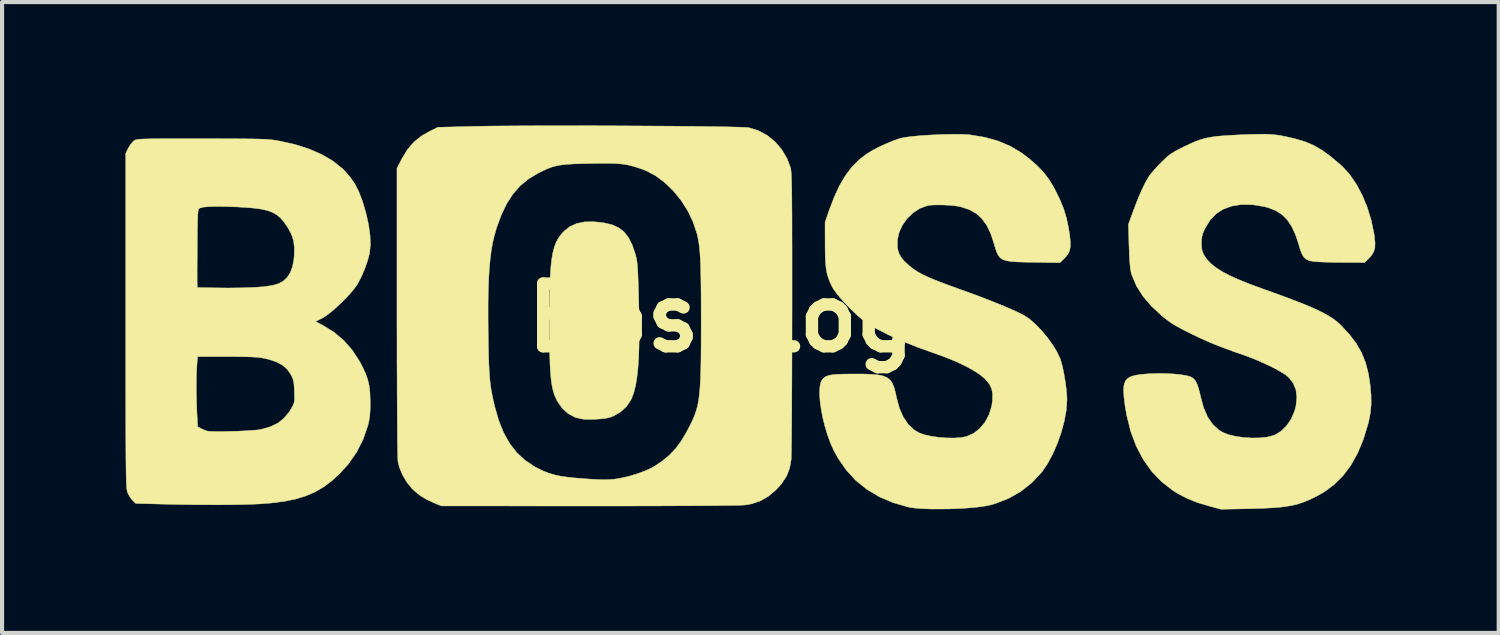
<source format=kicad_pcb>
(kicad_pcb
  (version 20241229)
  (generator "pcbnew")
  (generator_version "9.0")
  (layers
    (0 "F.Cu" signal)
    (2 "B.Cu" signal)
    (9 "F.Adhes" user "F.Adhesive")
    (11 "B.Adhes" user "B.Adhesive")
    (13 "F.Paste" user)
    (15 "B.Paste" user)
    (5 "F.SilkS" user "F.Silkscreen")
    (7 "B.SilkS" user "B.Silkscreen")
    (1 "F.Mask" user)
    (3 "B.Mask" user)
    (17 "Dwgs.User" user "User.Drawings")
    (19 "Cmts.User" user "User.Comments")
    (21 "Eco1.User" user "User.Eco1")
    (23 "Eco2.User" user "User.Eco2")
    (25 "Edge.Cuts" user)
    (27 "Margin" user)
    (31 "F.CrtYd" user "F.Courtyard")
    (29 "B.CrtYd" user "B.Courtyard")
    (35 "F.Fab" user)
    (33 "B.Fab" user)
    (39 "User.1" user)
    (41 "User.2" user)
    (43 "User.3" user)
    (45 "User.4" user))
  (footprint "BossLogo"
    (layer "F.Cu")
    (at 15.156 4.675)
    (property "Reference" "BossLogo" (at 0 0 0) (layer "F.SilkS") (effects (font (size 1.524 1.524) (thickness 0.3))))
    (attr through_hole)
    (fp_poly (pts (xy -3.531 -2.31) (xy -3.335 -2.264) (xy -3.174 -2.193) (xy -3.043 -2.092) (xy -2.935 -1.955) (xy -2.846 -1.779) (xy -2.78 -1.587) (xy -2.762 -1.525) (xy -2.747 -1.467) (xy -2.735 -1.408) (xy -2.725 -1.341) (xy -2.717 -1.259) (xy -2.71 -1.158) (xy -2.704 -1.029) (xy -2.698 -0.868) (xy -2.692 -0.668) (xy -2.686 -0.457) (xy -2.677 -0.029) (xy -2.674 0.353) (xy -2.678 0.69) (xy -2.688 0.985) (xy -2.706 1.242) (xy -2.731 1.463) (xy -2.764 1.653) (xy -2.804 1.812) (xy -2.853 1.946) (xy -2.875 1.992) (xy -2.982 2.152) (xy -3.127 2.285) (xy -3.301 2.385) (xy -3.39 2.418) (xy -3.48 2.438) (xy -3.604 2.453) (xy -3.744 2.463) (xy -3.884 2.467) (xy -4.006 2.464) (xy -4.028 2.462) (xy -4.221 2.419) (xy -4.393 2.331) (xy -4.54 2.2) (xy -4.66 2.029) (xy -4.681 1.99) (xy -4.719 1.907) (xy -4.751 1.817) (xy -4.778 1.717) (xy -4.8 1.601) (xy -4.817 1.466) (xy -4.831 1.305) (xy -4.841 1.115) (xy -4.848 0.891) (xy -4.852 0.628) (xy -4.854 0.321) (xy -4.854 0.127) (xy -4.853 -0.238) (xy -4.849 -0.557) (xy -4.843 -0.833) (xy -4.832 -1.07) (xy -4.817 -1.273) (xy -4.796 -1.446) (xy -4.77 -1.593) (xy -4.737 -1.717) (xy -4.698 -1.824) (xy -4.65 -1.917) (xy -4.594 -2) (xy -4.529 -2.077) (xy -4.501 -2.106) (xy -4.361 -2.218) (xy -4.195 -2.293) (xy -4 -2.333) (xy -3.772 -2.337) (xy -3.531 -2.31)) (stroke (width 0.01) (type solid)) (fill yes) (layer "F.SilkS"))
    (fp_poly (pts (xy 12.672 -4.459) (xy 12.8 -4.447) (xy 12.928 -4.428) (xy 13.064 -4.4) (xy 13.219 -4.364) (xy 13.307 -4.342) (xy 13.516 -4.278) (xy 13.714 -4.193) (xy 13.909 -4.081) (xy 14.11 -3.937) (xy 14.326 -3.757) (xy 14.406 -3.686) (xy 14.586 -3.491) (xy 14.75 -3.254) (xy 14.895 -2.983) (xy 15.018 -2.685) (xy 15.115 -2.367) (xy 15.183 -2.037) (xy 15.192 -1.974) (xy 15.207 -1.819) (xy 15.202 -1.699) (xy 15.172 -1.601) (xy 15.116 -1.513) (xy 15.059 -1.451) (xy 14.955 -1.346) (xy 14.443 -1.348) (xy 14.272 -1.349) (xy 14.105 -1.352) (xy 13.954 -1.357) (xy 13.829 -1.362) (xy 13.745 -1.368) (xy 13.628 -1.386) (xy 13.542 -1.419) (xy 13.477 -1.475) (xy 13.426 -1.562) (xy 13.38 -1.689) (xy 13.362 -1.754) (xy 13.28 -2.007) (xy 13.185 -2.215) (xy 13.075 -2.382) (xy 12.944 -2.512) (xy 12.789 -2.61) (xy 12.606 -2.681) (xy 12.516 -2.704) (xy 12.23 -2.751) (xy 11.97 -2.756) (xy 11.733 -2.72) (xy 11.517 -2.642) (xy 11.514 -2.64) (xy 11.346 -2.532) (xy 11.203 -2.383) (xy 11.083 -2.19) (xy 11.068 -2.161) (xy 11.023 -2.056) (xy 10.998 -1.968) (xy 10.989 -1.869) (xy 10.989 -1.813) (xy 10.993 -1.702) (xy 11.009 -1.621) (xy 11.04 -1.548) (xy 11.057 -1.516) (xy 11.13 -1.412) (xy 11.225 -1.314) (xy 11.346 -1.218) (xy 11.498 -1.122) (xy 11.683 -1.025) (xy 11.906 -0.925) (xy 12.171 -0.819) (xy 12.481 -0.704) (xy 12.522 -0.69) (xy 12.86 -0.569) (xy 13.154 -0.46) (xy 13.406 -0.362) (xy 13.623 -0.274) (xy 13.806 -0.192) (xy 13.962 -0.115) (xy 14.092 -0.041) (xy 14.203 0.031) (xy 14.297 0.104) (xy 14.369 0.17) (xy 14.58 0.396) (xy 14.748 0.617) (xy 14.878 0.842) (xy 14.975 1.084) (xy 15.045 1.351) (xy 15.087 1.625) (xy 15.11 1.877) (xy 15.112 2.1) (xy 15.092 2.309) (xy 15.051 2.522) (xy 15.039 2.57) (xy 14.923 2.95) (xy 14.784 3.286) (xy 14.62 3.58) (xy 14.428 3.835) (xy 14.209 4.053) (xy 13.959 4.236) (xy 13.774 4.34) (xy 13.629 4.41) (xy 13.493 4.467) (xy 13.358 4.514) (xy 13.217 4.551) (xy 13.063 4.579) (xy 12.889 4.601) (xy 12.687 4.616) (xy 12.45 4.627) (xy 12.172 4.635) (xy 12.103 4.637) (xy 11.468 4.65) (xy 11.189 4.576) (xy 10.903 4.491) (xy 10.655 4.393) (xy 10.429 4.277) (xy 10.287 4.188) (xy 10.015 3.976) (xy 9.777 3.727) (xy 9.574 3.44) (xy 9.404 3.118) (xy 9.27 2.76) (xy 9.172 2.367) (xy 9.132 2.133) (xy 9.106 1.924) (xy 9.096 1.759) (xy 9.106 1.632) (xy 9.138 1.537) (xy 9.196 1.469) (xy 9.281 1.422) (xy 9.398 1.391) (xy 9.546 1.37) (xy 9.742 1.355) (xy 9.947 1.35) (xy 10.151 1.353) (xy 10.343 1.364) (xy 10.513 1.383) (xy 10.652 1.408) (xy 10.732 1.434) (xy 10.793 1.471) (xy 10.844 1.532) (xy 10.888 1.623) (xy 10.929 1.75) (xy 10.97 1.922) (xy 10.972 1.93) (xy 11.044 2.192) (xy 11.14 2.41) (xy 11.26 2.585) (xy 11.406 2.72) (xy 11.509 2.782) (xy 11.651 2.838) (xy 11.827 2.879) (xy 12.023 2.906) (xy 12.226 2.918) (xy 12.423 2.914) (xy 12.6 2.893) (xy 12.746 2.855) (xy 12.769 2.846) (xy 12.921 2.754) (xy 13.056 2.622) (xy 13.168 2.458) (xy 13.25 2.271) (xy 13.285 2.138) (xy 13.306 1.929) (xy 13.283 1.743) (xy 13.215 1.58) (xy 13.104 1.442) (xy 13.035 1.385) (xy 12.916 1.309) (xy 12.761 1.223) (xy 12.579 1.134) (xy 12.384 1.046) (xy 12.185 0.965) (xy 12.026 0.906) (xy 11.759 0.813) (xy 11.529 0.729) (xy 11.324 0.649) (xy 11.133 0.569) (xy 10.944 0.484) (xy 10.745 0.388) (xy 10.706 0.369) (xy 10.534 0.283) (xy 10.397 0.209) (xy 10.283 0.141) (xy 10.182 0.072) (xy 10.082 -0.005) (xy 10.029 -0.049) (xy 9.773 -0.286) (xy 9.566 -0.528) (xy 9.409 -0.777) (xy 9.3 -1.033) (xy 9.28 -1.098) (xy 9.263 -1.188) (xy 9.249 -1.327) (xy 9.237 -1.513) (xy 9.229 -1.744) (xy 9.228 -1.753) (xy 9.214 -2.273) (xy 9.334 -2.603) (xy 9.433 -2.862) (xy 9.529 -3.09) (xy 9.621 -3.28) (xy 9.706 -3.428) (xy 9.723 -3.453) (xy 9.772 -3.517) (xy 9.848 -3.604) (xy 9.937 -3.702) (xy 10.012 -3.779) (xy 10.103 -3.868) (xy 10.18 -3.937) (xy 10.258 -3.994) (xy 10.348 -4.049) (xy 10.463 -4.11) (xy 10.554 -4.155) (xy 10.702 -4.226) (xy 10.833 -4.284) (xy 10.956 -4.329) (xy 11.079 -4.364) (xy 11.21 -4.391) (xy 11.359 -4.412) (xy 11.534 -4.427) (xy 11.745 -4.44) (xy 11.946 -4.45) (xy 12.178 -4.459) (xy 12.371 -4.464) (xy 12.532 -4.465) (xy 12.672 -4.459)) (stroke (width 0.01) (type solid)) (fill yes) (layer "F.SilkS"))
    (fp_poly (pts (xy 5.143 -4.461) (xy 5.295 -4.455) (xy 5.369 -4.448) (xy 5.726 -4.389) (xy 6.047 -4.299) (xy 6.34 -4.175) (xy 6.611 -4.015) (xy 6.814 -3.86) (xy 6.998 -3.698) (xy 7.147 -3.542) (xy 7.273 -3.38) (xy 7.386 -3.198) (xy 7.437 -3.103) (xy 7.552 -2.868) (xy 7.64 -2.653) (xy 7.705 -2.438) (xy 7.756 -2.204) (xy 7.784 -2.029) (xy 7.802 -1.863) (xy 7.803 -1.734) (xy 7.784 -1.632) (xy 7.741 -1.545) (xy 7.674 -1.464) (xy 7.66 -1.45) (xy 7.55 -1.342) (xy 6.918 -1.351) (xy 6.689 -1.355) (xy 6.504 -1.361) (xy 6.359 -1.372) (xy 6.247 -1.39) (xy 6.162 -1.418) (xy 6.1 -1.459) (xy 6.053 -1.516) (xy 6.016 -1.59) (xy 5.983 -1.686) (xy 5.951 -1.798) (xy 5.869 -2.046) (xy 5.771 -2.25) (xy 5.654 -2.412) (xy 5.515 -2.538) (xy 5.348 -2.631) (xy 5.151 -2.696) (xy 5.096 -2.709) (xy 4.987 -2.726) (xy 4.852 -2.738) (xy 4.706 -2.745) (xy 4.562 -2.746) (xy 4.436 -2.742) (xy 4.343 -2.732) (xy 4.33 -2.729) (xy 4.146 -2.661) (xy 3.981 -2.554) (xy 3.838 -2.417) (xy 3.724 -2.256) (xy 3.642 -2.08) (xy 3.6 -1.895) (xy 3.601 -1.71) (xy 3.607 -1.675) (xy 3.637 -1.57) (xy 3.689 -1.474) (xy 3.77 -1.377) (xy 3.886 -1.27) (xy 3.927 -1.237) (xy 4.005 -1.177) (xy 4.092 -1.12) (xy 4.194 -1.064) (xy 4.315 -1.005) (xy 4.462 -0.942) (xy 4.64 -0.871) (xy 4.855 -0.79) (xy 5.112 -0.697) (xy 5.144 -0.686) (xy 5.465 -0.57) (xy 5.765 -0.456) (xy 6.04 -0.347) (xy 6.283 -0.246) (xy 6.489 -0.155) (xy 6.652 -0.076) (xy 6.667 -0.068) (xy 6.804 0.022) (xy 6.95 0.149) (xy 7.1 0.303) (xy 7.243 0.474) (xy 7.372 0.652) (xy 7.479 0.827) (xy 7.555 0.99) (xy 7.568 1.025) (xy 7.608 1.171) (xy 7.646 1.35) (xy 7.679 1.545) (xy 7.704 1.738) (xy 7.719 1.913) (xy 7.721 2.003) (xy 7.704 2.241) (xy 7.656 2.503) (xy 7.583 2.776) (xy 7.488 3.048) (xy 7.375 3.308) (xy 7.249 3.542) (xy 7.115 3.739) (xy 7.099 3.759) (xy 6.862 4.009) (xy 6.596 4.219) (xy 6.3 4.387) (xy 5.977 4.512) (xy 5.853 4.547) (xy 5.713 4.575) (xy 5.535 4.599) (xy 5.327 4.618) (xy 5.101 4.632) (xy 4.865 4.641) (xy 4.63 4.644) (xy 4.405 4.643) (xy 4.2 4.635) (xy 4.024 4.621) (xy 3.888 4.601) (xy 3.873 4.598) (xy 3.5 4.491) (xy 3.162 4.348) (xy 2.859 4.167) (xy 2.59 3.95) (xy 2.355 3.695) (xy 2.154 3.403) (xy 2.059 3.23) (xy 1.976 3.046) (xy 1.903 2.845) (xy 1.839 2.635) (xy 1.786 2.421) (xy 1.747 2.212) (xy 1.72 2.015) (xy 1.709 1.838) (xy 1.715 1.687) (xy 1.738 1.569) (xy 1.769 1.506) (xy 1.808 1.461) (xy 1.855 1.427) (xy 1.918 1.402) (xy 2.003 1.384) (xy 2.117 1.372) (xy 2.266 1.366) (xy 2.457 1.363) (xy 2.527 1.363) (xy 2.771 1.363) (xy 2.97 1.37) (xy 3.129 1.384) (xy 3.253 1.409) (xy 3.349 1.449) (xy 3.421 1.506) (xy 3.475 1.583) (xy 3.517 1.684) (xy 3.552 1.81) (xy 3.58 1.942) (xy 3.648 2.192) (xy 3.743 2.408) (xy 3.862 2.585) (xy 4.005 2.72) (xy 4.121 2.79) (xy 4.249 2.837) (xy 4.414 2.874) (xy 4.6 2.901) (xy 4.794 2.916) (xy 4.982 2.919) (xy 5.149 2.907) (xy 5.277 2.882) (xy 5.451 2.805) (xy 5.603 2.686) (xy 5.731 2.532) (xy 5.828 2.349) (xy 5.891 2.144) (xy 5.91 2.007) (xy 5.914 1.848) (xy 5.89 1.72) (xy 5.835 1.607) (xy 5.742 1.495) (xy 5.715 1.468) (xy 5.6 1.374) (xy 5.442 1.272) (xy 5.249 1.167) (xy 5.029 1.063) (xy 4.788 0.964) (xy 4.554 0.878) (xy 4.121 0.724) (xy 3.731 0.569) (xy 3.385 0.413) (xy 3.085 0.258) (xy 2.855 0.119) (xy 2.741 0.035) (xy 2.612 -0.076) (xy 2.477 -0.204) (xy 2.343 -0.34) (xy 2.22 -0.477) (xy 2.116 -0.604) (xy 2.039 -0.714) (xy 2.011 -0.764) (xy 1.958 -0.878) (xy 1.918 -0.984) (xy 1.888 -1.091) (xy 1.867 -1.209) (xy 1.854 -1.346) (xy 1.846 -1.513) (xy 1.843 -1.718) (xy 1.843 -1.791) (xy 1.842 -2.324) (xy 1.937 -2.601) (xy 2.061 -2.928) (xy 2.191 -3.21) (xy 2.332 -3.451) (xy 2.486 -3.657) (xy 2.658 -3.833) (xy 2.85 -3.983) (xy 2.85 -3.983) (xy 2.976 -4.06) (xy 3.133 -4.143) (xy 3.304 -4.223) (xy 3.473 -4.295) (xy 3.625 -4.349) (xy 3.693 -4.369) (xy 3.803 -4.39) (xy 3.953 -4.409) (xy 4.134 -4.426) (xy 4.336 -4.44) (xy 4.547 -4.452) (xy 4.759 -4.459) (xy 4.961 -4.462) (xy 5.143 -4.461)) (stroke (width 0.01) (type solid)) (fill yes) (layer "F.SilkS"))
    (fp_poly (pts (xy -4.106 -4.669) (xy -3.739 -4.669) (xy -3.37 -4.668) (xy -3.001 -4.666) (xy -2.637 -4.664) (xy -2.282 -4.662) (xy -1.939 -4.66) (xy -1.612 -4.657) (xy -1.305 -4.654) (xy -1.022 -4.65) (xy -0.765 -4.646) (xy -0.54 -4.643) (xy -0.349 -4.638) (xy -0.197 -4.634) (xy -0.087 -4.629) (xy -0.023 -4.625) (xy -0.013 -4.623) (xy 0.22 -4.552) (xy 0.435 -4.437) (xy 0.626 -4.282) (xy 0.789 -4.092) (xy 0.919 -3.873) (xy 1 -3.659) (xy 1.006 -3.636) (xy 1.012 -3.605) (xy 1.016 -3.565) (xy 1.021 -3.513) (xy 1.024 -3.446) (xy 1.028 -3.361) (xy 1.03 -3.256) (xy 1.033 -3.129) (xy 1.035 -2.977) (xy 1.036 -2.796) (xy 1.038 -2.586) (xy 1.039 -2.342) (xy 1.039 -2.062) (xy 1.04 -1.744) (xy 1.04 -1.385) (xy 1.04 -0.983) (xy 1.04 -0.535) (xy 1.04 -0.141) (xy 1.039 0.273) (xy 1.039 0.676) (xy 1.038 1.064) (xy 1.037 1.434) (xy 1.035 1.784) (xy 1.034 2.109) (xy 1.032 2.406) (xy 1.03 2.673) (xy 1.028 2.906) (xy 1.026 3.103) (xy 1.024 3.258) (xy 1.021 3.371) (xy 1.019 3.437) (xy 1.018 3.447) (xy 0.98 3.658) (xy 0.905 3.847) (xy 0.788 4.026) (xy 0.661 4.167) (xy 0.473 4.329) (xy 0.276 4.444) (xy 0.062 4.518) (xy -0.115 4.547) (xy -0.17 4.55) (xy -0.273 4.553) (xy -0.422 4.556) (xy -0.614 4.558) (xy -0.846 4.561) (xy -1.116 4.563) (xy -1.421 4.565) (xy -1.758 4.566) (xy -2.126 4.568) (xy -2.52 4.569) (xy -2.94 4.57) (xy -3.381 4.57) (xy -3.842 4.57) (xy -3.912 4.57) (xy -7.48 4.569) (xy -7.647 4.501) (xy -7.838 4.413) (xy -7.994 4.318) (xy -8.132 4.207) (xy -8.193 4.148) (xy -8.317 3.997) (xy -8.423 3.819) (xy -8.5 3.633) (xy -8.535 3.493) (xy -8.538 3.445) (xy -8.542 3.348) (xy -8.545 3.204) (xy -8.548 3.015) (xy -8.55 2.782) (xy -8.552 2.506) (xy -8.554 2.191) (xy -8.556 1.838) (xy -8.557 1.448) (xy -8.559 1.022) (xy -8.559 0.564) (xy -8.56 0.075) (xy -8.56 0.02) (xy -6.346 0.02) (xy -6.343 0.362) (xy -6.339 0.655) (xy -6.334 0.903) (xy -6.327 1.115) (xy -6.318 1.297) (xy -6.307 1.456) (xy -6.292 1.599) (xy -6.273 1.732) (xy -6.249 1.864) (xy -6.221 2) (xy -6.186 2.148) (xy -6.185 2.153) (xy -6.087 2.494) (xy -5.967 2.792) (xy -5.823 3.049) (xy -5.652 3.27) (xy -5.452 3.456) (xy -5.22 3.612) (xy -5.016 3.715) (xy -4.867 3.774) (xy -4.716 3.818) (xy -4.549 3.852) (xy -4.351 3.877) (xy -4.26 3.886) (xy -4.018 3.906) (xy -3.818 3.92) (xy -3.654 3.929) (xy -3.517 3.931) (xy -3.4 3.928) (xy -3.295 3.92) (xy -3.194 3.906) (xy -3.146 3.898) (xy -2.939 3.852) (xy -2.732 3.791) (xy -2.54 3.721) (xy -2.376 3.647) (xy -2.314 3.612) (xy -2.114 3.479) (xy -1.943 3.338) (xy -1.793 3.18) (xy -1.655 2.994) (xy -1.523 2.772) (xy -1.447 2.629) (xy -1.395 2.524) (xy -1.35 2.423) (xy -1.312 2.325) (xy -1.279 2.222) (xy -1.251 2.112) (xy -1.229 1.991) (xy -1.211 1.852) (xy -1.197 1.694) (xy -1.186 1.51) (xy -1.178 1.297) (xy -1.173 1.05) (xy -1.17 0.765) (xy -1.169 0.438) (xy -1.168 0.084) (xy -1.169 -0.273) (xy -1.17 -0.583) (xy -1.173 -0.851) (xy -1.177 -1.081) (xy -1.182 -1.279) (xy -1.19 -1.447) (xy -1.199 -1.591) (xy -1.211 -1.716) (xy -1.225 -1.824) (xy -1.242 -1.922) (xy -1.262 -2.013) (xy -1.27 -2.048) (xy -1.363 -2.328) (xy -1.492 -2.599) (xy -1.653 -2.853) (xy -1.841 -3.084) (xy -2.049 -3.286) (xy -2.273 -3.453) (xy -2.507 -3.578) (xy -2.608 -3.617) (xy -2.738 -3.66) (xy -2.853 -3.693) (xy -2.962 -3.719) (xy -3.073 -3.737) (xy -3.195 -3.749) (xy -3.336 -3.755) (xy -3.506 -3.757) (xy -3.713 -3.755) (xy -3.855 -3.753) (xy -4.093 -3.748) (xy -4.288 -3.741) (xy -4.449 -3.73) (xy -4.583 -3.714) (xy -4.7 -3.692) (xy -4.807 -3.662) (xy -4.912 -3.622) (xy -5.024 -3.57) (xy -5.14 -3.512) (xy -5.369 -3.373) (xy -5.569 -3.207) (xy -5.743 -3.009) (xy -5.894 -2.775) (xy -6.026 -2.5) (xy -6.142 -2.182) (xy -6.19 -2.015) (xy -6.232 -1.84) (xy -6.266 -1.652) (xy -6.293 -1.445) (xy -6.315 -1.217) (xy -6.33 -0.961) (xy -6.341 -0.672) (xy -6.346 -0.347) (xy -6.346 0.02) (xy -8.56 0.02) (xy -8.56 -0.148) (xy -8.56 -3.637) (xy -8.44 -3.869) (xy -8.304 -4.093) (xy -8.147 -4.275) (xy -7.961 -4.424) (xy -7.788 -4.523) (xy -7.568 -4.632) (xy -6.673 -4.655) (xy -6.498 -4.658) (xy -6.287 -4.662) (xy -6.043 -4.664) (xy -5.771 -4.666) (xy -5.473 -4.668) (xy -5.154 -4.669) (xy -4.817 -4.67) (xy -4.467 -4.67) (xy -4.106 -4.669)) (stroke (width 0.01) (type solid)) (fill yes) (layer "F.SilkS"))
    (fp_poly (pts (xy -13.445 -4.355) (xy -13.301 -4.355) (xy -12.977 -4.355) (xy -12.698 -4.354) (xy -12.462 -4.353) (xy -12.263 -4.352) (xy -12.096 -4.35) (xy -11.958 -4.347) (xy -11.844 -4.344) (xy -11.749 -4.34) (xy -11.669 -4.334) (xy -11.6 -4.327) (xy -11.536 -4.319) (xy -11.474 -4.309) (xy -11.417 -4.299) (xy -11.039 -4.215) (xy -10.694 -4.105) (xy -10.385 -3.97) (xy -10.116 -3.812) (xy -9.89 -3.631) (xy -9.835 -3.577) (xy -9.697 -3.421) (xy -9.585 -3.259) (xy -9.491 -3.077) (xy -9.407 -2.86) (xy -9.389 -2.807) (xy -9.307 -2.523) (xy -9.248 -2.251) (xy -9.214 -1.998) (xy -9.206 -1.77) (xy -9.225 -1.577) (xy -9.229 -1.556) (xy -9.275 -1.386) (xy -9.34 -1.2) (xy -9.418 -1.017) (xy -9.5 -0.856) (xy -9.541 -0.788) (xy -9.621 -0.681) (xy -9.728 -0.558) (xy -9.853 -0.427) (xy -9.986 -0.299) (xy -10.118 -0.181) (xy -10.24 -0.083) (xy -10.342 -0.013) (xy -10.368 0.001) (xy -10.538 0.088) (xy -10.366 0.178) (xy -10.094 0.345) (xy -9.857 0.543) (xy -9.651 0.776) (xy -9.472 1.049) (xy -9.398 1.189) (xy -9.323 1.351) (xy -9.27 1.499) (xy -9.236 1.647) (xy -9.217 1.812) (xy -9.21 2.008) (xy -9.209 2.057) (xy -9.211 2.219) (xy -9.218 2.345) (xy -9.231 2.452) (xy -9.252 2.556) (xy -9.267 2.616) (xy -9.383 2.954) (xy -9.542 3.266) (xy -9.745 3.555) (xy -9.946 3.778) (xy -10.141 3.956) (xy -10.339 4.106) (xy -10.548 4.228) (xy -10.773 4.325) (xy -11.021 4.401) (xy -11.3 4.458) (xy -11.617 4.498) (xy -11.894 4.52) (xy -12.085 4.528) (xy -12.32 4.535) (xy -12.592 4.539) (xy -12.896 4.541) (xy -13.224 4.54) (xy -13.57 4.537) (xy -13.927 4.532) (xy -14.289 4.524) (xy -14.368 4.522) (xy -14.907 4.508) (xy -14.984 4.434) (xy -15.042 4.363) (xy -15.093 4.273) (xy -15.106 4.244) (xy -15.112 4.226) (xy -15.117 4.205) (xy -15.122 4.177) (xy -15.127 4.139) (xy -15.131 4.09) (xy -15.134 4.028) (xy -15.137 3.949) (xy -15.14 3.851) (xy -15.142 3.733) (xy -15.144 3.591) (xy -15.146 3.424) (xy -15.147 3.229) (xy -15.148 3.003) (xy -15.149 2.744) (xy -15.15 2.45) (xy -15.15 2.118) (xy -15.151 1.747) (xy -15.151 1.701) (xy -13.436 1.701) (xy -13.433 1.933) (xy -13.426 2.167) (xy -13.42 2.319) (xy -13.403 2.644) (xy -13.325 2.685) (xy -13.25 2.72) (xy -13.183 2.747) (xy -13.129 2.755) (xy -13.034 2.76) (xy -12.906 2.762) (xy -12.756 2.761) (xy -12.592 2.757) (xy -12.423 2.752) (xy -12.258 2.744) (xy -12.107 2.735) (xy -11.979 2.725) (xy -11.884 2.713) (xy -11.853 2.707) (xy -11.634 2.643) (xy -11.453 2.555) (xy -11.304 2.437) (xy -11.178 2.283) (xy -11.127 2.2) (xy -11.09 2.134) (xy -11.066 2.08) (xy -11.054 2.026) (xy -11.049 1.956) (xy -11.051 1.858) (xy -11.053 1.783) (xy -11.059 1.655) (xy -11.068 1.564) (xy -11.084 1.495) (xy -11.108 1.433) (xy -11.136 1.378) (xy -11.223 1.253) (xy -11.335 1.153) (xy -11.478 1.073) (xy -11.661 1.011) (xy -11.797 0.979) (xy -11.873 0.966) (xy -11.967 0.956) (xy -12.084 0.949) (xy -12.231 0.944) (xy -12.415 0.941) (xy -12.641 0.94) (xy -12.695 0.94) (xy -13.404 0.94) (xy -13.42 1.134) (xy -13.429 1.289) (xy -13.435 1.482) (xy -13.436 1.701) (xy -15.151 1.701) (xy -15.151 1.333) (xy -15.151 0.875) (xy -15.151 0.369) (xy -15.151 0.064) (xy -15.151 -1.038) (xy -13.416 -1.038) (xy -13.416 -0.922) (xy -13.415 -0.846) (xy -13.415 -0.82) (xy -13.411 -0.738) (xy -13.024 -0.731) (xy -12.665 -0.727) (xy -12.343 -0.731) (xy -12.062 -0.74) (xy -11.826 -0.756) (xy -11.76 -0.763) (xy -11.576 -0.792) (xy -11.432 -0.835) (xy -11.32 -0.897) (xy -11.231 -0.981) (xy -11.227 -0.985) (xy -11.15 -1.105) (xy -11.096 -1.251) (xy -11.064 -1.431) (xy -11.056 -1.524) (xy -11.053 -1.714) (xy -11.073 -1.875) (xy -11.12 -2.022) (xy -11.199 -2.172) (xy -11.226 -2.216) (xy -11.308 -2.334) (xy -11.392 -2.431) (xy -11.483 -2.507) (xy -11.59 -2.567) (xy -11.717 -2.612) (xy -11.873 -2.646) (xy -12.062 -2.67) (xy -12.292 -2.688) (xy -12.433 -2.696) (xy -12.712 -2.706) (xy -12.944 -2.709) (xy -13.127 -2.704) (xy -13.261 -2.692) (xy -13.346 -2.671) (xy -13.369 -2.659) (xy -13.379 -2.644) (xy -13.388 -2.615) (xy -13.395 -2.567) (xy -13.4 -2.494) (xy -13.404 -2.393) (xy -13.407 -2.257) (xy -13.41 -2.082) (xy -13.412 -1.864) (xy -13.413 -1.765) (xy -13.414 -1.557) (xy -13.415 -1.362) (xy -13.416 -1.187) (xy -13.416 -1.038) (xy -15.151 -1.038) (xy -15.151 -4) (xy -15.088 -4.126) (xy -15.038 -4.208) (xy -14.981 -4.278) (xy -14.952 -4.304) (xy -14.937 -4.315) (xy -14.918 -4.324) (xy -14.894 -4.331) (xy -14.859 -4.338) (xy -14.81 -4.343) (xy -14.744 -4.347) (xy -14.655 -4.35) (xy -14.54 -4.352) (xy -14.396 -4.354) (xy -14.218 -4.355) (xy -14.003 -4.355) (xy -13.746 -4.355) (xy -13.445 -4.355)) (stroke (width 0.01) (type solid)) (fill yes) (layer "F.SilkS")))
  (gr_rect
    (start -3 -3)
    (end 33.368 12.33)
    (stroke (width 0.1) (type default))
    (fill no)
    (layer "Edge.Cuts")))
</source>
